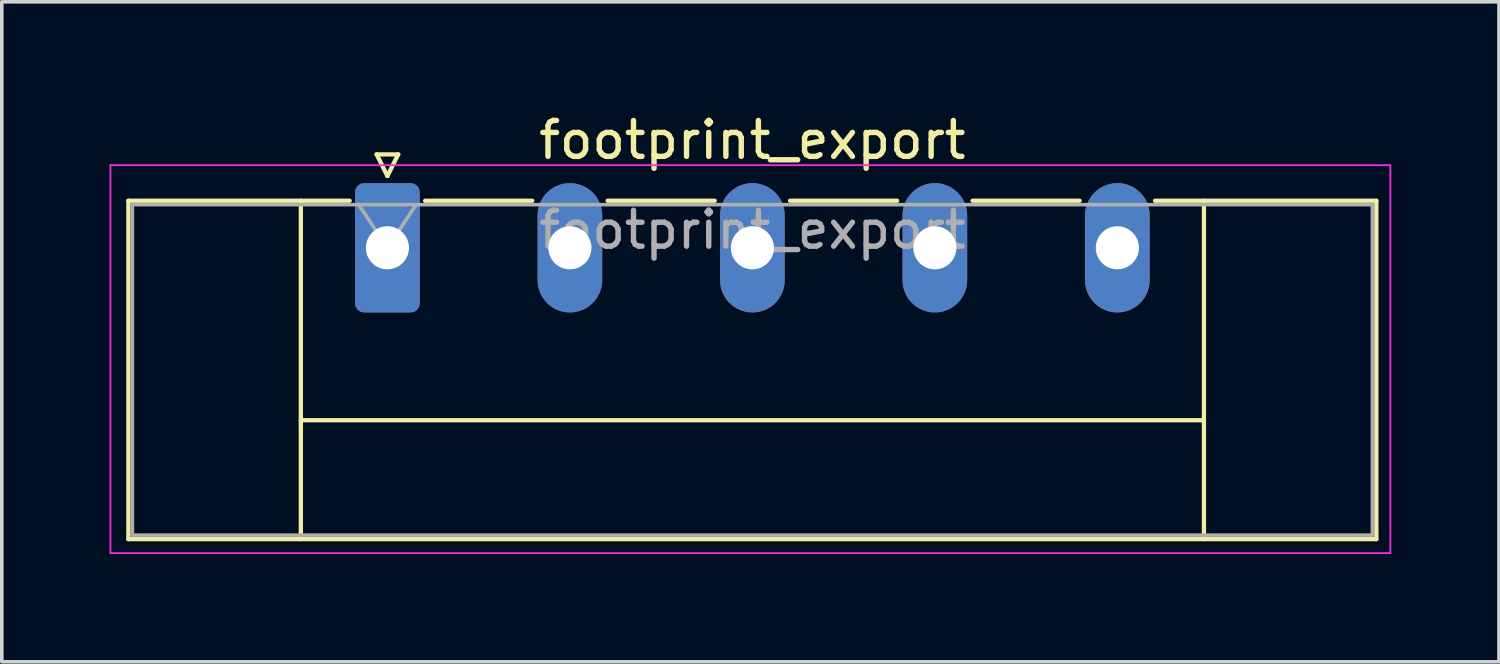
<source format=kicad_pcb>
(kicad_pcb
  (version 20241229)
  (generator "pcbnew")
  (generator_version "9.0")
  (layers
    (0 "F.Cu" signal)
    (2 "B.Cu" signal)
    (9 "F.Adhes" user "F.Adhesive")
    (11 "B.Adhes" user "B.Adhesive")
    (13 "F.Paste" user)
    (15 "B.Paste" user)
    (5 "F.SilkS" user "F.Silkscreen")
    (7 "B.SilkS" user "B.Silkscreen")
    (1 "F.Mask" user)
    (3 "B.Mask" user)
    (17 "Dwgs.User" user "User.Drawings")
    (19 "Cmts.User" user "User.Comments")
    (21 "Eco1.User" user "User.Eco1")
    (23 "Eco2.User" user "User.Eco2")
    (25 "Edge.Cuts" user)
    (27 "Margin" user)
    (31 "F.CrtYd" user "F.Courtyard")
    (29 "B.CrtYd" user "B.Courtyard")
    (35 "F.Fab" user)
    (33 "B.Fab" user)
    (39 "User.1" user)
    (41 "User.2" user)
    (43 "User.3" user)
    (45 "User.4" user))
  (footprint "footprint_export"
    (layer "F.Cu")
    (at 7.735 3.848)
    (property "Reference" "footprint_export" (at 10.16 -3 0) (layer "F.SilkS") (effects (font (size 1 1) (thickness 0.15))))
    (attr through_hole)
    (fp_line (start -7.21 -1.31) (end -7.21 8.11) (stroke (width 0.12) (type solid)) (layer "F.SilkS"))
    (fp_line (start -7.21 -1.31) (end -1.05 -1.31) (stroke (width 0.12) (type solid)) (layer "F.SilkS"))
    (fp_line (start -7.21 8.11) (end 27.53 8.11) (stroke (width 0.12) (type solid)) (layer "F.SilkS"))
    (fp_line (start -2.41 -1.31) (end -2.41 8.11) (stroke (width 0.12) (type solid)) (layer "F.SilkS"))
    (fp_line (start -2.41 4.8) (end 22.73 4.8) (stroke (width 0.12) (type solid)) (layer "F.SilkS"))
    (fp_line (start -0.3 -2.6) (end 0.3 -2.6) (stroke (width 0.12) (type solid)) (layer "F.SilkS"))
    (fp_line (start 0 -2) (end -0.3 -2.6) (stroke (width 0.12) (type solid)) (layer "F.SilkS"))
    (fp_line (start 0.3 -2.6) (end 0 -2) (stroke (width 0.12) (type solid)) (layer "F.SilkS"))
    (fp_line (start 1.05 -1.31) (end 4.03 -1.31) (stroke (width 0.12) (type solid)) (layer "F.SilkS"))
    (fp_line (start 6.13 -1.31) (end 9.11 -1.31) (stroke (width 0.12) (type solid)) (layer "F.SilkS"))
    (fp_line (start 11.21 -1.31) (end 14.19 -1.31) (stroke (width 0.12) (type solid)) (layer "F.SilkS"))
    (fp_line (start 16.29 -1.31) (end 19.27 -1.31) (stroke (width 0.12) (type solid)) (layer "F.SilkS"))
    (fp_line (start 22.73 -1.31) (end 22.73 8.11) (stroke (width 0.12) (type solid)) (layer "F.SilkS"))
    (fp_line (start 27.53 -1.31) (end 21.37 -1.31) (stroke (width 0.12) (type solid)) (layer "F.SilkS"))
    (fp_line (start 27.53 8.11) (end 27.53 -1.31) (stroke (width 0.12) (type solid)) (layer "F.SilkS"))
    (fp_line (start -7.71 -2.3) (end -7.71 8.5) (stroke (width 0.05) (type solid)) (layer "F.CrtYd"))
    (fp_line (start -7.71 8.5) (end 27.92 8.5) (stroke (width 0.05) (type solid)) (layer "F.CrtYd"))
    (fp_line (start 27.92 -2.3) (end -7.71 -2.3) (stroke (width 0.05) (type solid)) (layer "F.CrtYd"))
    (fp_line (start 27.92 8.5) (end 27.92 -2.3) (stroke (width 0.05) (type solid)) (layer "F.CrtYd"))
    (fp_line (start -7.1 -1.2) (end -7.1 8) (stroke (width 0.1) (type solid)) (layer "F.Fab"))
    (fp_line (start -7.1 8) (end 27.42 8) (stroke (width 0.1) (type solid)) (layer "F.Fab"))
    (fp_line (start 0 0) (end -0.8 -1.2) (stroke (width 0.1) (type solid)) (layer "F.Fab"))
    (fp_line (start 0.8 -1.2) (end 0 0) (stroke (width 0.1) (type solid)) (layer "F.Fab"))
    (fp_line (start 27.42 -1.2) (end -7.1 -1.2) (stroke (width 0.1) (type solid)) (layer "F.Fab"))
    (fp_line (start 27.42 8) (end 27.42 -1.2) (stroke (width 0.1) (type solid)) (layer "F.Fab"))
    (fp_text user "${REFERENCE}" (at 10.16 -0.5 0) (layer "F.Fab") (effects (font (size 1 1) (thickness 0.15))))
    (pad "1" thru_hole roundrect (at 0 0) (size 1.8 3.6) (drill 1.2) (layers "*.Cu" "*.Mask") (roundrect_rratio 0.139))
    (pad "2" thru_hole oval (at 5.08 0) (size 1.8 3.6) (drill 1.2) (layers "*.Cu" "*.Mask"))
    (pad "3" thru_hole oval (at 10.16 0) (size 1.8 3.6) (drill 1.2) (layers "*.Cu" "*.Mask"))
    (pad "4" thru_hole oval (at 15.24 0) (size 1.8 3.6) (drill 1.2) (layers "*.Cu" "*.Mask"))
    (pad "5" thru_hole oval (at 20.32 0) (size 1.8 3.6) (drill 1.2) (layers "*.Cu" "*.Mask")))
  (gr_rect
    (start -3 -3)
    (end 38.68 15.373)
    (stroke (width 0.1) (type default))
    (fill no)
    (layer "Edge.Cuts")))
</source>
